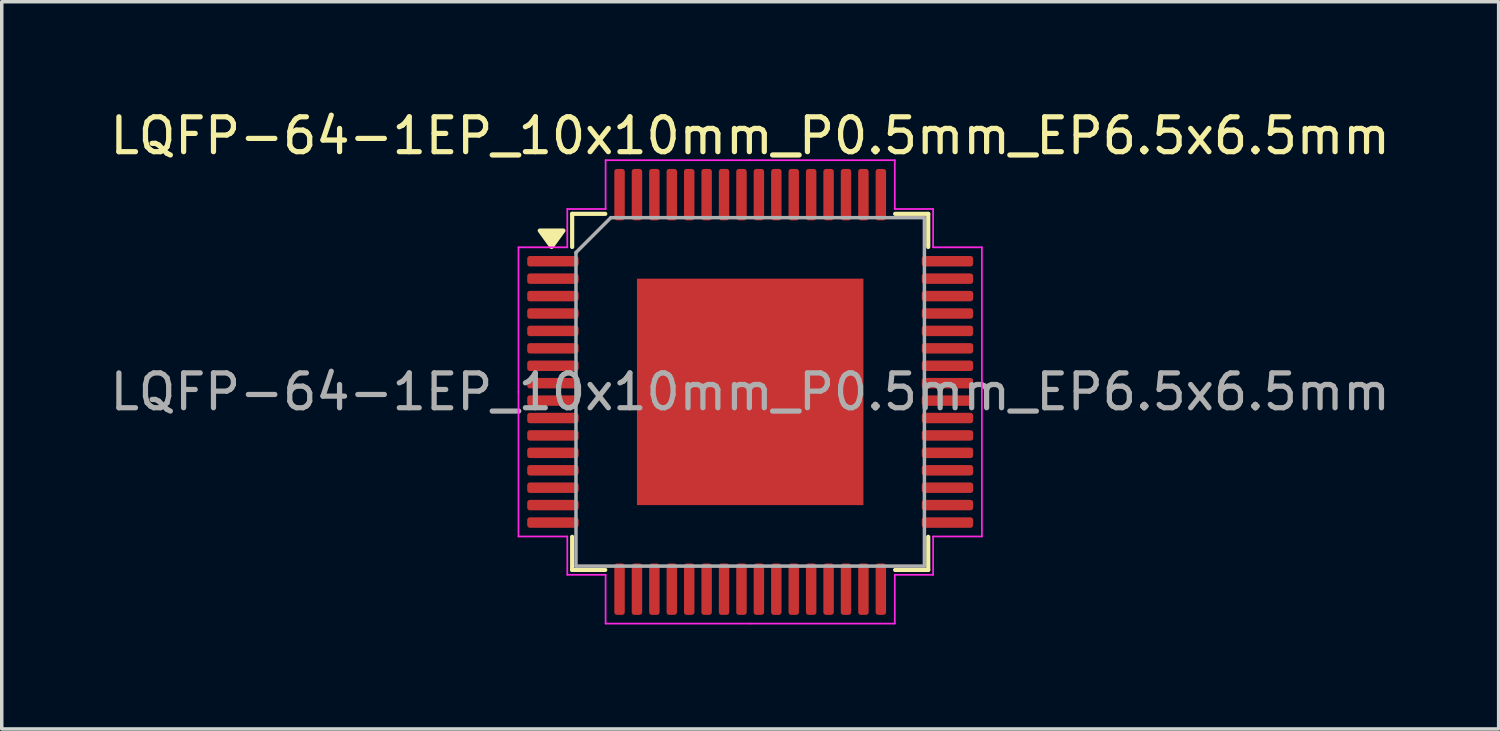
<source format=kicad_pcb>
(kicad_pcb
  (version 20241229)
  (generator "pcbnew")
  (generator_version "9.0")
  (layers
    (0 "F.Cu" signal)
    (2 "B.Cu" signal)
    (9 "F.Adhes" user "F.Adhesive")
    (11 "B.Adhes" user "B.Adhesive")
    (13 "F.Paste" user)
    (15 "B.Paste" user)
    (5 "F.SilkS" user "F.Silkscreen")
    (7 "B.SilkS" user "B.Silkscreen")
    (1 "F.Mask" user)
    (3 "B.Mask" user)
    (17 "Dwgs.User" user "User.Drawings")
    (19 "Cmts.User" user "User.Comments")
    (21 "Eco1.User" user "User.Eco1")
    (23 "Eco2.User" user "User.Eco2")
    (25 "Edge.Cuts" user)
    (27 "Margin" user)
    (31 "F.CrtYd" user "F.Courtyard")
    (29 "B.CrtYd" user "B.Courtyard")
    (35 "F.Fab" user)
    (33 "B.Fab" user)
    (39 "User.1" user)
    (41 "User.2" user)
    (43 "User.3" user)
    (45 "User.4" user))
  (footprint "LQFP-64-1EP_10x10mm_P0.5mm_EP6.5x6.5mm"
    (layer "F.Cu")
    (at 18.482 8.198)
    (property "Reference" "LQFP-64-1EP_10x10mm_P0.5mm_EP6.5x6.5mm" (at 0 -7.35 0) (layer "F.SilkS") (effects (font (size 1 1) (thickness 0.15))))
    (attr smd)
    (fp_line (start -5.11 -5.11) (end -5.11 -4.16) (stroke (width 0.12) (type solid)) (layer "F.SilkS"))
    (fp_line (start -5.11 5.11) (end -5.11 4.16) (stroke (width 0.12) (type solid)) (layer "F.SilkS"))
    (fp_line (start -4.16 -5.11) (end -5.11 -5.11) (stroke (width 0.12) (type solid)) (layer "F.SilkS"))
    (fp_line (start -4.16 5.11) (end -5.11 5.11) (stroke (width 0.12) (type solid)) (layer "F.SilkS"))
    (fp_line (start 4.16 -5.11) (end 5.11 -5.11) (stroke (width 0.12) (type solid)) (layer "F.SilkS"))
    (fp_line (start 4.16 5.11) (end 5.11 5.11) (stroke (width 0.12) (type solid)) (layer "F.SilkS"))
    (fp_line (start 5.11 -5.11) (end 5.11 -4.16) (stroke (width 0.12) (type solid)) (layer "F.SilkS"))
    (fp_line (start 5.11 5.11) (end 5.11 4.16) (stroke (width 0.12) (type solid)) (layer "F.SilkS"))
    (fp_poly (pts (xy -5.7 -4.16) (xy -6.04 -4.63) (xy -5.36 -4.63) (xy -5.7 -4.16)) (stroke (width 0.12) (type solid)) (fill yes) (layer "F.SilkS"))
    (fp_line (start -6.65 -4.15) (end -6.65 0) (stroke (width 0.05) (type solid)) (layer "F.CrtYd"))
    (fp_line (start -6.65 4.15) (end -6.65 0) (stroke (width 0.05) (type solid)) (layer "F.CrtYd"))
    (fp_line (start -5.25 -5.25) (end -5.25 -4.15) (stroke (width 0.05) (type solid)) (layer "F.CrtYd"))
    (fp_line (start -5.25 -4.15) (end -6.65 -4.15) (stroke (width 0.05) (type solid)) (layer "F.CrtYd"))
    (fp_line (start -5.25 4.15) (end -6.65 4.15) (stroke (width 0.05) (type solid)) (layer "F.CrtYd"))
    (fp_line (start -5.25 5.25) (end -5.25 4.15) (stroke (width 0.05) (type solid)) (layer "F.CrtYd"))
    (fp_line (start -4.15 -6.65) (end -4.15 -5.25) (stroke (width 0.05) (type solid)) (layer "F.CrtYd"))
    (fp_line (start -4.15 -5.25) (end -5.25 -5.25) (stroke (width 0.05) (type solid)) (layer "F.CrtYd"))
    (fp_line (start -4.15 5.25) (end -5.25 5.25) (stroke (width 0.05) (type solid)) (layer "F.CrtYd"))
    (fp_line (start -4.15 6.65) (end -4.15 5.25) (stroke (width 0.05) (type solid)) (layer "F.CrtYd"))
    (fp_line (start 0 -6.65) (end -4.15 -6.65) (stroke (width 0.05) (type solid)) (layer "F.CrtYd"))
    (fp_line (start 0 -6.65) (end 4.15 -6.65) (stroke (width 0.05) (type solid)) (layer "F.CrtYd"))
    (fp_line (start 0 6.65) (end -4.15 6.65) (stroke (width 0.05) (type solid)) (layer "F.CrtYd"))
    (fp_line (start 0 6.65) (end 4.15 6.65) (stroke (width 0.05) (type solid)) (layer "F.CrtYd"))
    (fp_line (start 4.15 -6.65) (end 4.15 -5.25) (stroke (width 0.05) (type solid)) (layer "F.CrtYd"))
    (fp_line (start 4.15 -5.25) (end 5.25 -5.25) (stroke (width 0.05) (type solid)) (layer "F.CrtYd"))
    (fp_line (start 4.15 5.25) (end 5.25 5.25) (stroke (width 0.05) (type solid)) (layer "F.CrtYd"))
    (fp_line (start 4.15 6.65) (end 4.15 5.25) (stroke (width 0.05) (type solid)) (layer "F.CrtYd"))
    (fp_line (start 5.25 -5.25) (end 5.25 -4.15) (stroke (width 0.05) (type solid)) (layer "F.CrtYd"))
    (fp_line (start 5.25 -4.15) (end 6.65 -4.15) (stroke (width 0.05) (type solid)) (layer "F.CrtYd"))
    (fp_line (start 5.25 4.15) (end 6.65 4.15) (stroke (width 0.05) (type solid)) (layer "F.CrtYd"))
    (fp_line (start 5.25 5.25) (end 5.25 4.15) (stroke (width 0.05) (type solid)) (layer "F.CrtYd"))
    (fp_line (start 6.65 -4.15) (end 6.65 0) (stroke (width 0.05) (type solid)) (layer "F.CrtYd"))
    (fp_line (start 6.65 4.15) (end 6.65 0) (stroke (width 0.05) (type solid)) (layer "F.CrtYd"))
    (fp_line (start -5 -4) (end -4 -5) (stroke (width 0.1) (type solid)) (layer "F.Fab"))
    (fp_line (start -5 5) (end -5 -4) (stroke (width 0.1) (type solid)) (layer "F.Fab"))
    (fp_line (start -4 -5) (end 5 -5) (stroke (width 0.1) (type solid)) (layer "F.Fab"))
    (fp_line (start 5 -5) (end 5 5) (stroke (width 0.1) (type solid)) (layer "F.Fab"))
    (fp_line (start 5 5) (end -5 5) (stroke (width 0.1) (type solid)) (layer "F.Fab"))
    (fp_text user "${REFERENCE}" (at 0 0 0) (layer "F.Fab") (effects (font (size 1 1) (thickness 0.15))))
    (pad "" smd roundrect (at -2.6 -2.6) (size 1.05 1.05) (layers "F.Paste") (roundrect_rratio 0.238))
    (pad "" smd roundrect (at -2.6 -1.3) (size 1.05 1.05) (layers "F.Paste") (roundrect_rratio 0.238))
    (pad "" smd roundrect (at -2.6 0) (size 1.05 1.05) (layers "F.Paste") (roundrect_rratio 0.238))
    (pad "" smd roundrect (at -2.6 1.3) (size 1.05 1.05) (layers "F.Paste") (roundrect_rratio 0.238))
    (pad "" smd roundrect (at -2.6 2.6) (size 1.05 1.05) (layers "F.Paste") (roundrect_rratio 0.238))
    (pad "" smd roundrect (at -1.3 -2.6) (size 1.05 1.05) (layers "F.Paste") (roundrect_rratio 0.238))
    (pad "" smd roundrect (at -1.3 -1.3) (size 1.05 1.05) (layers "F.Paste") (roundrect_rratio 0.238))
    (pad "" smd roundrect (at -1.3 0) (size 1.05 1.05) (layers "F.Paste") (roundrect_rratio 0.238))
    (pad "" smd roundrect (at -1.3 1.3) (size 1.05 1.05) (layers "F.Paste") (roundrect_rratio 0.238))
    (pad "" smd roundrect (at -1.3 2.6) (size 1.05 1.05) (layers "F.Paste") (roundrect_rratio 0.238))
    (pad "" smd roundrect (at 0 -2.6) (size 1.05 1.05) (layers "F.Paste") (roundrect_rratio 0.238))
    (pad "" smd roundrect (at 0 -1.3) (size 1.05 1.05) (layers "F.Paste") (roundrect_rratio 0.238))
    (pad "" smd roundrect (at 0 0) (size 1.05 1.05) (layers "F.Paste") (roundrect_rratio 0.238))
    (pad "" smd roundrect (at 0 1.3) (size 1.05 1.05) (layers "F.Paste") (roundrect_rratio 0.238))
    (pad "" smd roundrect (at 0 2.6) (size 1.05 1.05) (layers "F.Paste") (roundrect_rratio 0.238))
    (pad "" smd roundrect (at 1.3 -2.6) (size 1.05 1.05) (layers "F.Paste") (roundrect_rratio 0.238))
    (pad "" smd roundrect (at 1.3 -1.3) (size 1.05 1.05) (layers "F.Paste") (roundrect_rratio 0.238))
    (pad "" smd roundrect (at 1.3 0) (size 1.05 1.05) (layers "F.Paste") (roundrect_rratio 0.238))
    (pad "" smd roundrect (at 1.3 1.3) (size 1.05 1.05) (layers "F.Paste") (roundrect_rratio 0.238))
    (pad "" smd roundrect (at 1.3 2.6) (size 1.05 1.05) (layers "F.Paste") (roundrect_rratio 0.238))
    (pad "" smd roundrect (at 2.6 -2.6) (size 1.05 1.05) (layers "F.Paste") (roundrect_rratio 0.238))
    (pad "" smd roundrect (at 2.6 -1.3) (size 1.05 1.05) (layers "F.Paste") (roundrect_rratio 0.238))
    (pad "" smd roundrect (at 2.6 0) (size 1.05 1.05) (layers "F.Paste") (roundrect_rratio 0.238))
    (pad "" smd roundrect (at 2.6 1.3) (size 1.05 1.05) (layers "F.Paste") (roundrect_rratio 0.238))
    (pad "" smd roundrect (at 2.6 2.6) (size 1.05 1.05) (layers "F.Paste") (roundrect_rratio 0.238))
    (pad "1" smd roundrect (at -5.662 -3.75) (size 1.475 0.3) (layers "F.Cu" "F.Mask" "F.Paste") (roundrect_rratio 0.25))
    (pad "2" smd roundrect (at -5.662 -3.25) (size 1.475 0.3) (layers "F.Cu" "F.Mask" "F.Paste") (roundrect_rratio 0.25))
    (pad "3" smd roundrect (at -5.662 -2.75) (size 1.475 0.3) (layers "F.Cu" "F.Mask" "F.Paste") (roundrect_rratio 0.25))
    (pad "4" smd roundrect (at -5.662 -2.25) (size 1.475 0.3) (layers "F.Cu" "F.Mask" "F.Paste") (roundrect_rratio 0.25))
    (pad "5" smd roundrect (at -5.662 -1.75) (size 1.475 0.3) (layers "F.Cu" "F.Mask" "F.Paste") (roundrect_rratio 0.25))
    (pad "6" smd roundrect (at -5.662 -1.25) (size 1.475 0.3) (layers "F.Cu" "F.Mask" "F.Paste") (roundrect_rratio 0.25))
    (pad "7" smd roundrect (at -5.662 -0.75) (size 1.475 0.3) (layers "F.Cu" "F.Mask" "F.Paste") (roundrect_rratio 0.25))
    (pad "8" smd roundrect (at -5.662 -0.25) (size 1.475 0.3) (layers "F.Cu" "F.Mask" "F.Paste") (roundrect_rratio 0.25))
    (pad "9" smd roundrect (at -5.662 0.25) (size 1.475 0.3) (layers "F.Cu" "F.Mask" "F.Paste") (roundrect_rratio 0.25))
    (pad "10" smd roundrect (at -5.662 0.75) (size 1.475 0.3) (layers "F.Cu" "F.Mask" "F.Paste") (roundrect_rratio 0.25))
    (pad "11" smd roundrect (at -5.662 1.25) (size 1.475 0.3) (layers "F.Cu" "F.Mask" "F.Paste") (roundrect_rratio 0.25))
    (pad "12" smd roundrect (at -5.662 1.75) (size 1.475 0.3) (layers "F.Cu" "F.Mask" "F.Paste") (roundrect_rratio 0.25))
    (pad "13" smd roundrect (at -5.662 2.25) (size 1.475 0.3) (layers "F.Cu" "F.Mask" "F.Paste") (roundrect_rratio 0.25))
    (pad "14" smd roundrect (at -5.662 2.75) (size 1.475 0.3) (layers "F.Cu" "F.Mask" "F.Paste") (roundrect_rratio 0.25))
    (pad "15" smd roundrect (at -5.662 3.25) (size 1.475 0.3) (layers "F.Cu" "F.Mask" "F.Paste") (roundrect_rratio 0.25))
    (pad "16" smd roundrect (at -5.662 3.75) (size 1.475 0.3) (layers "F.Cu" "F.Mask" "F.Paste") (roundrect_rratio 0.25))
    (pad "17" smd roundrect (at -3.75 5.662) (size 0.3 1.475) (layers "F.Cu" "F.Mask" "F.Paste") (roundrect_rratio 0.25))
    (pad "18" smd roundrect (at -3.25 5.662) (size 0.3 1.475) (layers "F.Cu" "F.Mask" "F.Paste") (roundrect_rratio 0.25))
    (pad "19" smd roundrect (at -2.75 5.662) (size 0.3 1.475) (layers "F.Cu" "F.Mask" "F.Paste") (roundrect_rratio 0.25))
    (pad "20" smd roundrect (at -2.25 5.662) (size 0.3 1.475) (layers "F.Cu" "F.Mask" "F.Paste") (roundrect_rratio 0.25))
    (pad "21" smd roundrect (at -1.75 5.662) (size 0.3 1.475) (layers "F.Cu" "F.Mask" "F.Paste") (roundrect_rratio 0.25))
    (pad "22" smd roundrect (at -1.25 5.662) (size 0.3 1.475) (layers "F.Cu" "F.Mask" "F.Paste") (roundrect_rratio 0.25))
    (pad "23" smd roundrect (at -0.75 5.662) (size 0.3 1.475) (layers "F.Cu" "F.Mask" "F.Paste") (roundrect_rratio 0.25))
    (pad "24" smd roundrect (at -0.25 5.662) (size 0.3 1.475) (layers "F.Cu" "F.Mask" "F.Paste") (roundrect_rratio 0.25))
    (pad "25" smd roundrect (at 0.25 5.662) (size 0.3 1.475) (layers "F.Cu" "F.Mask" "F.Paste") (roundrect_rratio 0.25))
    (pad "26" smd roundrect (at 0.75 5.662) (size 0.3 1.475) (layers "F.Cu" "F.Mask" "F.Paste") (roundrect_rratio 0.25))
    (pad "27" smd roundrect (at 1.25 5.662) (size 0.3 1.475) (layers "F.Cu" "F.Mask" "F.Paste") (roundrect_rratio 0.25))
    (pad "28" smd roundrect (at 1.75 5.662) (size 0.3 1.475) (layers "F.Cu" "F.Mask" "F.Paste") (roundrect_rratio 0.25))
    (pad "29" smd roundrect (at 2.25 5.662) (size 0.3 1.475) (layers "F.Cu" "F.Mask" "F.Paste") (roundrect_rratio 0.25))
    (pad "30" smd roundrect (at 2.75 5.662) (size 0.3 1.475) (layers "F.Cu" "F.Mask" "F.Paste") (roundrect_rratio 0.25))
    (pad "31" smd roundrect (at 3.25 5.662) (size 0.3 1.475) (layers "F.Cu" "F.Mask" "F.Paste") (roundrect_rratio 0.25))
    (pad "32" smd roundrect (at 3.75 5.662) (size 0.3 1.475) (layers "F.Cu" "F.Mask" "F.Paste") (roundrect_rratio 0.25))
    (pad "33" smd roundrect (at 5.662 3.75) (size 1.475 0.3) (layers "F.Cu" "F.Mask" "F.Paste") (roundrect_rratio 0.25))
    (pad "34" smd roundrect (at 5.662 3.25) (size 1.475 0.3) (layers "F.Cu" "F.Mask" "F.Paste") (roundrect_rratio 0.25))
    (pad "35" smd roundrect (at 5.662 2.75) (size 1.475 0.3) (layers "F.Cu" "F.Mask" "F.Paste") (roundrect_rratio 0.25))
    (pad "36" smd roundrect (at 5.662 2.25) (size 1.475 0.3) (layers "F.Cu" "F.Mask" "F.Paste") (roundrect_rratio 0.25))
    (pad "37" smd roundrect (at 5.662 1.75) (size 1.475 0.3) (layers "F.Cu" "F.Mask" "F.Paste") (roundrect_rratio 0.25))
    (pad "38" smd roundrect (at 5.662 1.25) (size 1.475 0.3) (layers "F.Cu" "F.Mask" "F.Paste") (roundrect_rratio 0.25))
    (pad "39" smd roundrect (at 5.662 0.75) (size 1.475 0.3) (layers "F.Cu" "F.Mask" "F.Paste") (roundrect_rratio 0.25))
    (pad "40" smd roundrect (at 5.662 0.25) (size 1.475 0.3) (layers "F.Cu" "F.Mask" "F.Paste") (roundrect_rratio 0.25))
    (pad "41" smd roundrect (at 5.662 -0.25) (size 1.475 0.3) (layers "F.Cu" "F.Mask" "F.Paste") (roundrect_rratio 0.25))
    (pad "42" smd roundrect (at 5.662 -0.75) (size 1.475 0.3) (layers "F.Cu" "F.Mask" "F.Paste") (roundrect_rratio 0.25))
    (pad "43" smd roundrect (at 5.662 -1.25) (size 1.475 0.3) (layers "F.Cu" "F.Mask" "F.Paste") (roundrect_rratio 0.25))
    (pad "44" smd roundrect (at 5.662 -1.75) (size 1.475 0.3) (layers "F.Cu" "F.Mask" "F.Paste") (roundrect_rratio 0.25))
    (pad "45" smd roundrect (at 5.662 -2.25) (size 1.475 0.3) (layers "F.Cu" "F.Mask" "F.Paste") (roundrect_rratio 0.25))
    (pad "46" smd roundrect (at 5.662 -2.75) (size 1.475 0.3) (layers "F.Cu" "F.Mask" "F.Paste") (roundrect_rratio 0.25))
    (pad "47" smd roundrect (at 5.662 -3.25) (size 1.475 0.3) (layers "F.Cu" "F.Mask" "F.Paste") (roundrect_rratio 0.25))
    (pad "48" smd roundrect (at 5.662 -3.75) (size 1.475 0.3) (layers "F.Cu" "F.Mask" "F.Paste") (roundrect_rratio 0.25))
    (pad "49" smd roundrect (at 3.75 -5.662) (size 0.3 1.475) (layers "F.Cu" "F.Mask" "F.Paste") (roundrect_rratio 0.25))
    (pad "50" smd roundrect (at 3.25 -5.662) (size 0.3 1.475) (layers "F.Cu" "F.Mask" "F.Paste") (roundrect_rratio 0.25))
    (pad "51" smd roundrect (at 2.75 -5.662) (size 0.3 1.475) (layers "F.Cu" "F.Mask" "F.Paste") (roundrect_rratio 0.25))
    (pad "52" smd roundrect (at 2.25 -5.662) (size 0.3 1.475) (layers "F.Cu" "F.Mask" "F.Paste") (roundrect_rratio 0.25))
    (pad "53" smd roundrect (at 1.75 -5.662) (size 0.3 1.475) (layers "F.Cu" "F.Mask" "F.Paste") (roundrect_rratio 0.25))
    (pad "54" smd roundrect (at 1.25 -5.662) (size 0.3 1.475) (layers "F.Cu" "F.Mask" "F.Paste") (roundrect_rratio 0.25))
    (pad "55" smd roundrect (at 0.75 -5.662) (size 0.3 1.475) (layers "F.Cu" "F.Mask" "F.Paste") (roundrect_rratio 0.25))
    (pad "56" smd roundrect (at 0.25 -5.662) (size 0.3 1.475) (layers "F.Cu" "F.Mask" "F.Paste") (roundrect_rratio 0.25))
    (pad "57" smd roundrect (at -0.25 -5.662) (size 0.3 1.475) (layers "F.Cu" "F.Mask" "F.Paste") (roundrect_rratio 0.25))
    (pad "58" smd roundrect (at -0.75 -5.662) (size 0.3 1.475) (layers "F.Cu" "F.Mask" "F.Paste") (roundrect_rratio 0.25))
    (pad "59" smd roundrect (at -1.25 -5.662) (size 0.3 1.475) (layers "F.Cu" "F.Mask" "F.Paste") (roundrect_rratio 0.25))
    (pad "60" smd roundrect (at -1.75 -5.662) (size 0.3 1.475) (layers "F.Cu" "F.Mask" "F.Paste") (roundrect_rratio 0.25))
    (pad "61" smd roundrect (at -2.25 -5.662) (size 0.3 1.475) (layers "F.Cu" "F.Mask" "F.Paste") (roundrect_rratio 0.25))
    (pad "62" smd roundrect (at -2.75 -5.662) (size 0.3 1.475) (layers "F.Cu" "F.Mask" "F.Paste") (roundrect_rratio 0.25))
    (pad "63" smd roundrect (at -3.25 -5.662) (size 0.3 1.475) (layers "F.Cu" "F.Mask" "F.Paste") (roundrect_rratio 0.25))
    (pad "64" smd roundrect (at -3.75 -5.662) (size 0.3 1.475) (layers "F.Cu" "F.Mask" "F.Paste") (roundrect_rratio 0.25))
    (pad "65" smd rect (at 0 0) (size 6.5 6.5) (property pad_prop_heatsink) (layers "F.Cu" "F.Mask")))
  (gr_rect
    (start -3 -3)
    (end 39.964 17.873)
    (stroke (width 0.1) (type default))
    (fill no)
    (layer "Edge.Cuts")))
</source>
